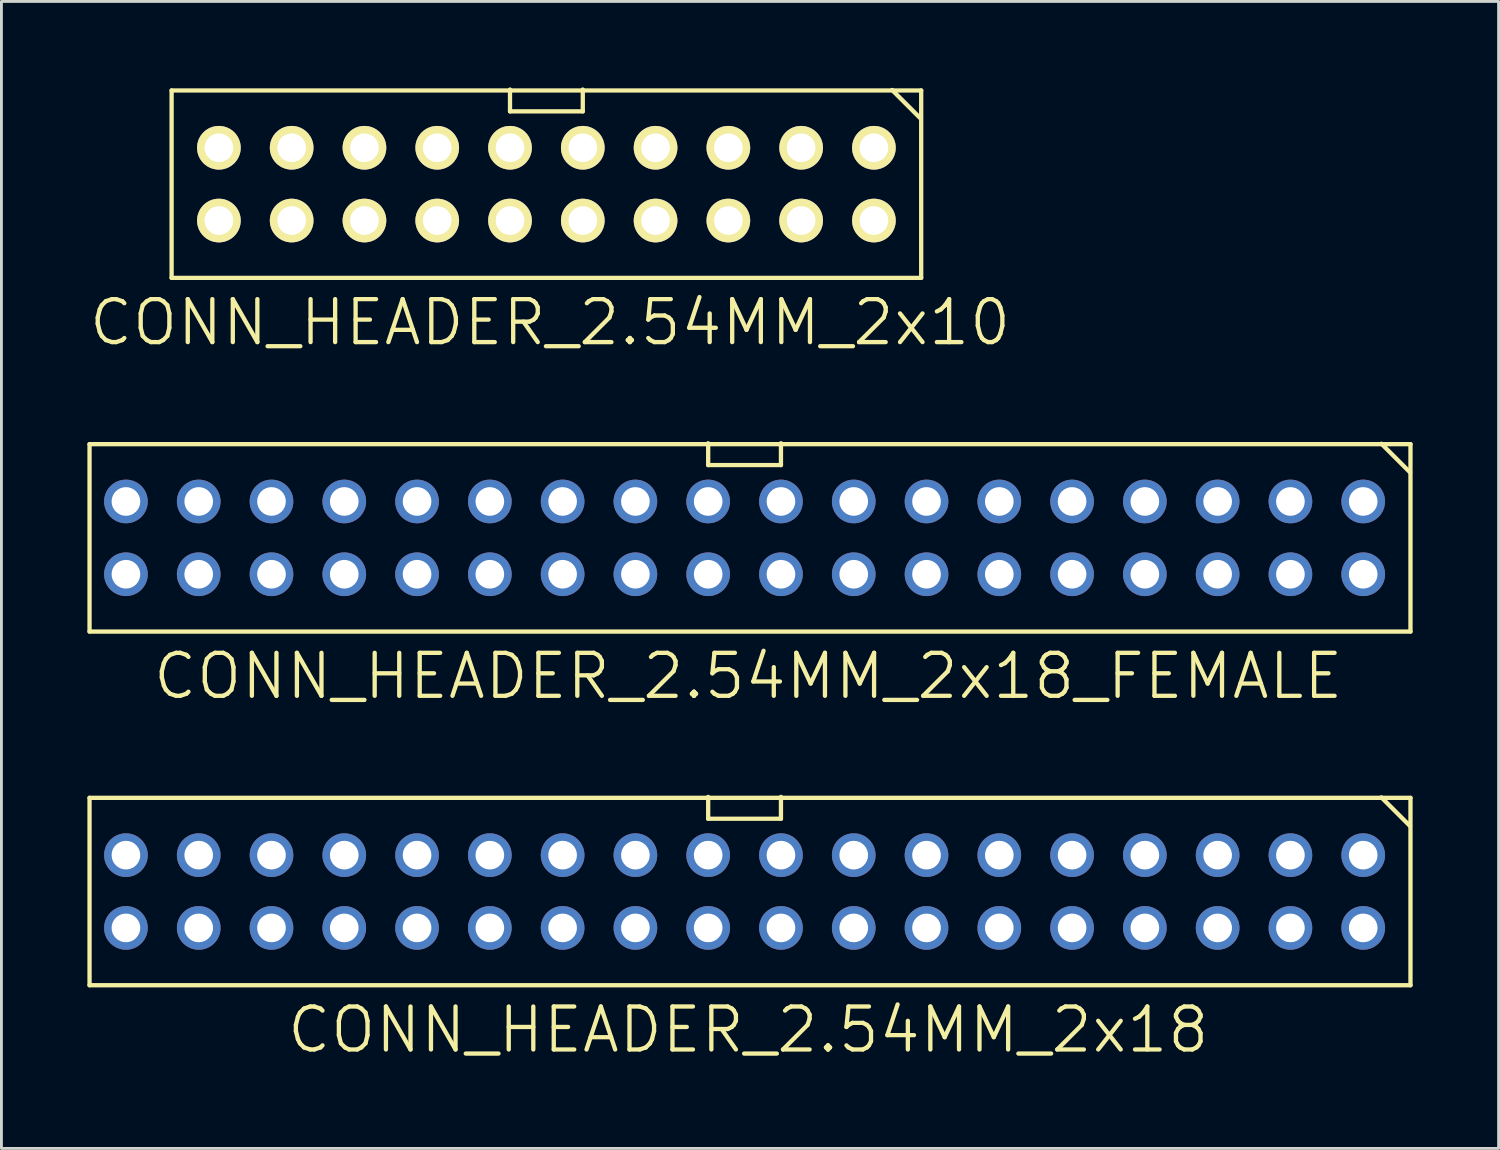
<source format=kicad_pcb>
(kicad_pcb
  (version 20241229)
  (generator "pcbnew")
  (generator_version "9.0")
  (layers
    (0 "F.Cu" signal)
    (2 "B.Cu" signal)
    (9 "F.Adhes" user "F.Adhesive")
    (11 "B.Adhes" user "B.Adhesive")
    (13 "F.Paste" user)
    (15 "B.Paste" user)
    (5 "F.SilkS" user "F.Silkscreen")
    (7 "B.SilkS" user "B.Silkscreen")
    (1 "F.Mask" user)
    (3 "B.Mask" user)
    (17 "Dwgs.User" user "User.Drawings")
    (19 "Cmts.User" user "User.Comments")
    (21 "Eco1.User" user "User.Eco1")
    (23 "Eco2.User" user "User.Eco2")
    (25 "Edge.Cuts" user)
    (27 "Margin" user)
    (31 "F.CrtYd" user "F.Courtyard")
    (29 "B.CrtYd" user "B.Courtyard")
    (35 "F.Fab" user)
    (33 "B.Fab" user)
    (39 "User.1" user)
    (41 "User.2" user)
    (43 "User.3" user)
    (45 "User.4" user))
  (footprint "CONN_HEADER_2.54MM_2x18"
    (layer "F.Cu")
    (at 22.935 28.064)
    (property "Reference" "CONN_HEADER_2.54MM_2x18" (at 0.127 4.826 0) (layer "F.SilkS") (effects (font (size 1.5 1.5) (thickness 0.15))))
    (attr through_hole)
    (fp_line (start -22.86 -3.27) (end -22.86 3.27) (stroke (width 0.15) (type solid)) (layer "F.SilkS"))
    (fp_line (start -22.86 3.27) (end 23.24 3.27) (stroke (width 0.15) (type solid)) (layer "F.SilkS"))
    (fp_line (start -1.27 -2.54) (end -1.27 -3.302) (stroke (width 0.15) (type solid)) (layer "F.SilkS"))
    (fp_line (start 1.27 -3.302) (end 1.27 -2.54) (stroke (width 0.15) (type solid)) (layer "F.SilkS"))
    (fp_line (start 1.27 -2.54) (end -1.27 -2.54) (stroke (width 0.15) (type solid)) (layer "F.SilkS"))
    (fp_line (start 23.225 -2.286) (end 22.225 -3.286) (stroke (width 0.15) (type solid)) (layer "F.SilkS"))
    (fp_line (start 23.24 -3.27) (end -22.86 -3.27) (stroke (width 0.15) (type solid)) (layer "F.SilkS"))
    (fp_line (start 23.24 3.27) (end 23.24 -3.27) (stroke (width 0.15) (type solid)) (layer "F.SilkS"))
    (pad "1" thru_hole circle (at 21.59 -1.27) (size 1.524 1.524) (drill 1) (layers "*.Cu" "*.Mask"))
    (pad "2" thru_hole circle (at 21.59 1.27) (size 1.524 1.524) (drill 1) (layers "*.Cu" "*.Mask"))
    (pad "3" thru_hole circle (at 19.05 -1.27) (size 1.524 1.524) (drill 1) (layers "*.Cu" "*.Mask"))
    (pad "4" thru_hole circle (at 19.05 1.27) (size 1.524 1.524) (drill 1) (layers "*.Cu" "*.Mask"))
    (pad "5" thru_hole circle (at 16.51 -1.27) (size 1.524 1.524) (drill 1) (layers "*.Cu" "*.Mask"))
    (pad "6" thru_hole circle (at 16.51 1.27) (size 1.524 1.524) (drill 1) (layers "*.Cu" "*.Mask"))
    (pad "7" thru_hole circle (at 13.97 -1.27) (size 1.524 1.524) (drill 1) (layers "*.Cu" "*.Mask"))
    (pad "8" thru_hole circle (at 13.97 1.27) (size 1.524 1.524) (drill 1) (layers "*.Cu" "*.Mask"))
    (pad "9" thru_hole circle (at 11.43 -1.27) (size 1.524 1.524) (drill 1) (layers "*.Cu" "*.Mask"))
    (pad "10" thru_hole circle (at 11.43 1.27) (size 1.524 1.524) (drill 1) (layers "*.Cu" "*.Mask"))
    (pad "11" thru_hole circle (at 8.89 -1.27) (size 1.524 1.524) (drill 1) (layers "*.Cu" "*.Mask"))
    (pad "12" thru_hole circle (at 8.89 1.27) (size 1.524 1.524) (drill 1) (layers "*.Cu" "*.Mask"))
    (pad "13" thru_hole circle (at 6.35 -1.27) (size 1.524 1.524) (drill 1) (layers "*.Cu" "*.Mask"))
    (pad "14" thru_hole circle (at 6.35 1.27) (size 1.524 1.524) (drill 1) (layers "*.Cu" "*.Mask"))
    (pad "15" thru_hole circle (at 3.81 -1.27) (size 1.524 1.524) (drill 1) (layers "*.Cu" "*.Mask"))
    (pad "16" thru_hole circle (at 3.81 1.27) (size 1.524 1.524) (drill 1) (layers "*.Cu" "*.Mask"))
    (pad "17" thru_hole circle (at 1.27 -1.27) (size 1.524 1.524) (drill 1) (layers "*.Cu" "*.Mask"))
    (pad "18" thru_hole circle (at 1.27 1.27) (size 1.524 1.524) (drill 1) (layers "*.Cu" "*.Mask"))
    (pad "19" thru_hole circle (at -1.27 -1.27) (size 1.524 1.524) (drill 1) (layers "*.Cu" "*.Mask"))
    (pad "20" thru_hole circle (at -1.27 1.27) (size 1.524 1.524) (drill 1) (layers "*.Cu" "*.Mask"))
    (pad "21" thru_hole circle (at -3.81 -1.27) (size 1.524 1.524) (drill 1) (layers "*.Cu" "*.Mask"))
    (pad "22" thru_hole circle (at -3.81 1.27) (size 1.524 1.524) (drill 1) (layers "*.Cu" "*.Mask"))
    (pad "23" thru_hole circle (at -6.35 -1.27) (size 1.524 1.524) (drill 1) (layers "*.Cu" "*.Mask"))
    (pad "24" thru_hole circle (at -6.35 1.27) (size 1.524 1.524) (drill 1) (layers "*.Cu" "*.Mask"))
    (pad "25" thru_hole circle (at -8.89 -1.27) (size 1.524 1.524) (drill 1) (layers "*.Cu" "*.Mask"))
    (pad "26" thru_hole circle (at -8.89 1.27) (size 1.524 1.524) (drill 1) (layers "*.Cu" "*.Mask"))
    (pad "27" thru_hole circle (at -11.43 -1.27) (size 1.524 1.524) (drill 1) (layers "*.Cu" "*.Mask"))
    (pad "28" thru_hole circle (at -11.43 1.27) (size 1.524 1.524) (drill 1) (layers "*.Cu" "*.Mask"))
    (pad "29" thru_hole circle (at -13.97 -1.27) (size 1.524 1.524) (drill 1) (layers "*.Cu" "*.Mask"))
    (pad "30" thru_hole circle (at -13.97 1.27) (size 1.524 1.524) (drill 1) (layers "*.Cu" "*.Mask"))
    (pad "31" thru_hole circle (at -16.51 -1.27) (size 1.524 1.524) (drill 1) (layers "*.Cu" "*.Mask"))
    (pad "32" thru_hole circle (at -16.51 1.27) (size 1.524 1.524) (drill 1) (layers "*.Cu" "*.Mask"))
    (pad "33" thru_hole circle (at -19.05 -1.27) (size 1.524 1.524) (drill 1) (layers "*.Cu" "*.Mask"))
    (pad "34" thru_hole circle (at -19.05 1.27) (size 1.524 1.524) (drill 1) (layers "*.Cu" "*.Mask"))
    (pad "35" thru_hole circle (at -21.59 -1.27) (size 1.524 1.524) (drill 1) (layers "*.Cu" "*.Mask"))
    (pad "36" thru_hole circle (at -21.59 1.27) (size 1.524 1.524) (drill 1) (layers "*.Cu" "*.Mask")))
  (footprint "CONN_HEADER_2.54MM_2x18_FEMALE"
    (layer "F.Cu")
    (at 22.935 15.721)
    (property "Reference" "CONN_HEADER_2.54MM_2x18_FEMALE" (at 0.127 4.826 0) (layer "F.SilkS") (effects (font (size 1.5 1.5) (thickness 0.15))))
    (attr through_hole)
    (fp_line (start -22.86 -3.27) (end -22.86 3.27) (stroke (width 0.15) (type solid)) (layer "F.SilkS"))
    (fp_line (start -22.86 3.27) (end 23.24 3.27) (stroke (width 0.15) (type solid)) (layer "F.SilkS"))
    (fp_line (start -1.27 -2.54) (end -1.27 -3.302) (stroke (width 0.15) (type solid)) (layer "F.SilkS"))
    (fp_line (start 1.27 -3.302) (end 1.27 -2.54) (stroke (width 0.15) (type solid)) (layer "F.SilkS"))
    (fp_line (start 1.27 -2.54) (end -1.27 -2.54) (stroke (width 0.15) (type solid)) (layer "F.SilkS"))
    (fp_line (start 23.225 -2.286) (end 22.225 -3.286) (stroke (width 0.15) (type solid)) (layer "F.SilkS"))
    (fp_line (start 23.24 -3.27) (end -22.86 -3.27) (stroke (width 0.15) (type solid)) (layer "F.SilkS"))
    (fp_line (start 23.24 3.27) (end 23.24 -3.27) (stroke (width 0.15) (type solid)) (layer "F.SilkS"))
    (pad "1" thru_hole circle (at 21.59 -1.27) (size 1.524 1.524) (drill 1) (layers "*.Cu" "*.Mask"))
    (pad "2" thru_hole circle (at 21.59 1.27) (size 1.524 1.524) (drill 1) (layers "*.Cu" "*.Mask"))
    (pad "3" thru_hole circle (at 19.05 -1.27) (size 1.524 1.524) (drill 1) (layers "*.Cu" "*.Mask"))
    (pad "4" thru_hole circle (at 19.05 1.27) (size 1.524 1.524) (drill 1) (layers "*.Cu" "*.Mask"))
    (pad "5" thru_hole circle (at 16.51 -1.27) (size 1.524 1.524) (drill 1) (layers "*.Cu" "*.Mask"))
    (pad "6" thru_hole circle (at 16.51 1.27) (size 1.524 1.524) (drill 1) (layers "*.Cu" "*.Mask"))
    (pad "7" thru_hole circle (at 13.97 -1.27) (size 1.524 1.524) (drill 1) (layers "*.Cu" "*.Mask"))
    (pad "8" thru_hole circle (at 13.97 1.27) (size 1.524 1.524) (drill 1) (layers "*.Cu" "*.Mask"))
    (pad "9" thru_hole circle (at 11.43 -1.27) (size 1.524 1.524) (drill 1) (layers "*.Cu" "*.Mask"))
    (pad "10" thru_hole circle (at 11.43 1.27) (size 1.524 1.524) (drill 1) (layers "*.Cu" "*.Mask"))
    (pad "11" thru_hole circle (at 8.89 -1.27) (size 1.524 1.524) (drill 1) (layers "*.Cu" "*.Mask"))
    (pad "12" thru_hole circle (at 8.89 1.27) (size 1.524 1.524) (drill 1) (layers "*.Cu" "*.Mask"))
    (pad "13" thru_hole circle (at 6.35 -1.27) (size 1.524 1.524) (drill 1) (layers "*.Cu" "*.Mask"))
    (pad "14" thru_hole circle (at 6.35 1.27) (size 1.524 1.524) (drill 1) (layers "*.Cu" "*.Mask"))
    (pad "15" thru_hole circle (at 3.81 -1.27) (size 1.524 1.524) (drill 1) (layers "*.Cu" "*.Mask"))
    (pad "16" thru_hole circle (at 3.81 1.27) (size 1.524 1.524) (drill 1) (layers "*.Cu" "*.Mask"))
    (pad "17" thru_hole circle (at 1.27 -1.27) (size 1.524 1.524) (drill 1) (layers "*.Cu" "*.Mask"))
    (pad "18" thru_hole circle (at 1.27 1.27) (size 1.524 1.524) (drill 1) (layers "*.Cu" "*.Mask"))
    (pad "19" thru_hole circle (at -1.27 -1.27) (size 1.524 1.524) (drill 1) (layers "*.Cu" "*.Mask"))
    (pad "20" thru_hole circle (at -1.27 1.27) (size 1.524 1.524) (drill 1) (layers "*.Cu" "*.Mask"))
    (pad "21" thru_hole circle (at -3.81 -1.27) (size 1.524 1.524) (drill 1) (layers "*.Cu" "*.Mask"))
    (pad "22" thru_hole circle (at -3.81 1.27) (size 1.524 1.524) (drill 1) (layers "*.Cu" "*.Mask"))
    (pad "23" thru_hole circle (at -6.35 -1.27) (size 1.524 1.524) (drill 1) (layers "*.Cu" "*.Mask"))
    (pad "24" thru_hole circle (at -6.35 1.27) (size 1.524 1.524) (drill 1) (layers "*.Cu" "*.Mask"))
    (pad "25" thru_hole circle (at -8.89 -1.27) (size 1.524 1.524) (drill 1) (layers "*.Cu" "*.Mask"))
    (pad "26" thru_hole circle (at -8.89 1.27) (size 1.524 1.524) (drill 1) (layers "*.Cu" "*.Mask"))
    (pad "27" thru_hole circle (at -11.43 -1.27) (size 1.524 1.524) (drill 1) (layers "*.Cu" "*.Mask"))
    (pad "28" thru_hole circle (at -11.43 1.27) (size 1.524 1.524) (drill 1) (layers "*.Cu" "*.Mask"))
    (pad "29" thru_hole circle (at -13.97 -1.27) (size 1.524 1.524) (drill 1) (layers "*.Cu" "*.Mask"))
    (pad "30" thru_hole circle (at -13.97 1.27) (size 1.524 1.524) (drill 1) (layers "*.Cu" "*.Mask"))
    (pad "31" thru_hole circle (at -16.51 -1.27) (size 1.524 1.524) (drill 1) (layers "*.Cu" "*.Mask"))
    (pad "32" thru_hole circle (at -16.51 1.27) (size 1.524 1.524) (drill 1) (layers "*.Cu" "*.Mask"))
    (pad "33" thru_hole circle (at -19.05 -1.27) (size 1.524 1.524) (drill 1) (layers "*.Cu" "*.Mask"))
    (pad "34" thru_hole circle (at -19.05 1.27) (size 1.524 1.524) (drill 1) (layers "*.Cu" "*.Mask"))
    (pad "35" thru_hole circle (at -21.59 -1.27) (size 1.524 1.524) (drill 1) (layers "*.Cu" "*.Mask"))
    (pad "36" thru_hole circle (at -21.59 1.27) (size 1.524 1.524) (drill 1) (layers "*.Cu" "*.Mask")))
  (footprint "CONN_HEADER_2.54MM_2x10"
    (layer "F.Cu")
    (at 16.019 3.377)
    (property "Reference" "CONN_HEADER_2.54MM_2x10" (at 0.127 4.826 0) (layer "F.SilkS") (effects (font (size 1.5 1.5) (thickness 0.15))))
    (attr through_hole)
    (fp_line (start -13.08 -3.27) (end -13.08 3.27) (stroke (width 0.15) (type solid)) (layer "F.SilkS"))
    (fp_line (start -13.08 3.27) (end 13.08 3.27) (stroke (width 0.15) (type solid)) (layer "F.SilkS"))
    (fp_line (start -1.27 -2.54) (end -1.27 -3.302) (stroke (width 0.15) (type solid)) (layer "F.SilkS"))
    (fp_line (start 1.27 -3.302) (end 1.27 -2.54) (stroke (width 0.15) (type solid)) (layer "F.SilkS"))
    (fp_line (start 1.27 -2.54) (end -1.27 -2.54) (stroke (width 0.15) (type solid)) (layer "F.SilkS"))
    (fp_line (start 13.065 -2.286) (end 12.065 -3.286) (stroke (width 0.15) (type solid)) (layer "F.SilkS"))
    (fp_line (start 13.08 -3.27) (end -13.08 -3.27) (stroke (width 0.15) (type solid)) (layer "F.SilkS"))
    (fp_line (start 13.08 3.27) (end 13.08 -3.27) (stroke (width 0.15) (type solid)) (layer "F.SilkS"))
    (pad "1" thru_hole circle (at 11.43 -1.27) (size 1.524 1.524) (drill 1) (layers "*.Cu" "*.Mask" "F.SilkS"))
    (pad "2" thru_hole circle (at 11.43 1.27) (size 1.524 1.524) (drill 1) (layers "*.Cu" "*.Mask" "F.SilkS"))
    (pad "3" thru_hole circle (at 8.89 -1.27) (size 1.524 1.524) (drill 1) (layers "*.Cu" "*.Mask" "F.SilkS"))
    (pad "4" thru_hole circle (at 8.89 1.27) (size 1.524 1.524) (drill 1) (layers "*.Cu" "*.Mask" "F.SilkS"))
    (pad "5" thru_hole circle (at 6.35 -1.27) (size 1.524 1.524) (drill 1) (layers "*.Cu" "*.Mask" "F.SilkS"))
    (pad "6" thru_hole circle (at 6.35 1.27) (size 1.524 1.524) (drill 1) (layers "*.Cu" "*.Mask" "F.SilkS"))
    (pad "7" thru_hole circle (at 3.81 -1.27) (size 1.524 1.524) (drill 1) (layers "*.Cu" "*.Mask" "F.SilkS"))
    (pad "8" thru_hole circle (at 3.81 1.27) (size 1.524 1.524) (drill 1) (layers "*.Cu" "*.Mask" "F.SilkS"))
    (pad "9" thru_hole circle (at 1.27 -1.27) (size 1.524 1.524) (drill 1) (layers "*.Cu" "*.Mask" "F.SilkS"))
    (pad "10" thru_hole circle (at 1.27 1.27) (size 1.524 1.524) (drill 1) (layers "*.Cu" "*.Mask" "F.SilkS"))
    (pad "11" thru_hole circle (at -1.27 -1.27) (size 1.524 1.524) (drill 1) (layers "*.Cu" "*.Mask" "F.SilkS"))
    (pad "12" thru_hole circle (at -1.27 1.27) (size 1.524 1.524) (drill 1) (layers "*.Cu" "*.Mask" "F.SilkS"))
    (pad "13" thru_hole circle (at -3.81 -1.27) (size 1.524 1.524) (drill 1) (layers "*.Cu" "*.Mask" "F.SilkS"))
    (pad "14" thru_hole circle (at -3.81 1.27) (size 1.524 1.524) (drill 1) (layers "*.Cu" "*.Mask" "F.SilkS"))
    (pad "15" thru_hole circle (at -6.35 -1.27) (size 1.524 1.524) (drill 1) (layers "*.Cu" "*.Mask" "F.SilkS"))
    (pad "16" thru_hole circle (at -6.35 1.27) (size 1.524 1.524) (drill 1) (layers "*.Cu" "*.Mask" "F.SilkS"))
    (pad "17" thru_hole circle (at -8.89 -1.27) (size 1.524 1.524) (drill 1) (layers "*.Cu" "*.Mask" "F.SilkS"))
    (pad "18" thru_hole circle (at -8.89 1.27) (size 1.524 1.524) (drill 1) (layers "*.Cu" "*.Mask" "F.SilkS"))
    (pad "19" thru_hole circle (at -11.43 -1.27) (size 1.524 1.524) (drill 1) (layers "*.Cu" "*.Mask" "F.SilkS"))
    (pad "20" thru_hole circle (at -11.43 1.27) (size 1.524 1.524) (drill 1) (layers "*.Cu" "*.Mask" "F.SilkS")))
  (gr_rect
    (start -3 -3)
    (end 49.25 37.031)
    (stroke (width 0.1) (type default))
    (fill no)
    (layer "Edge.Cuts")))
</source>
